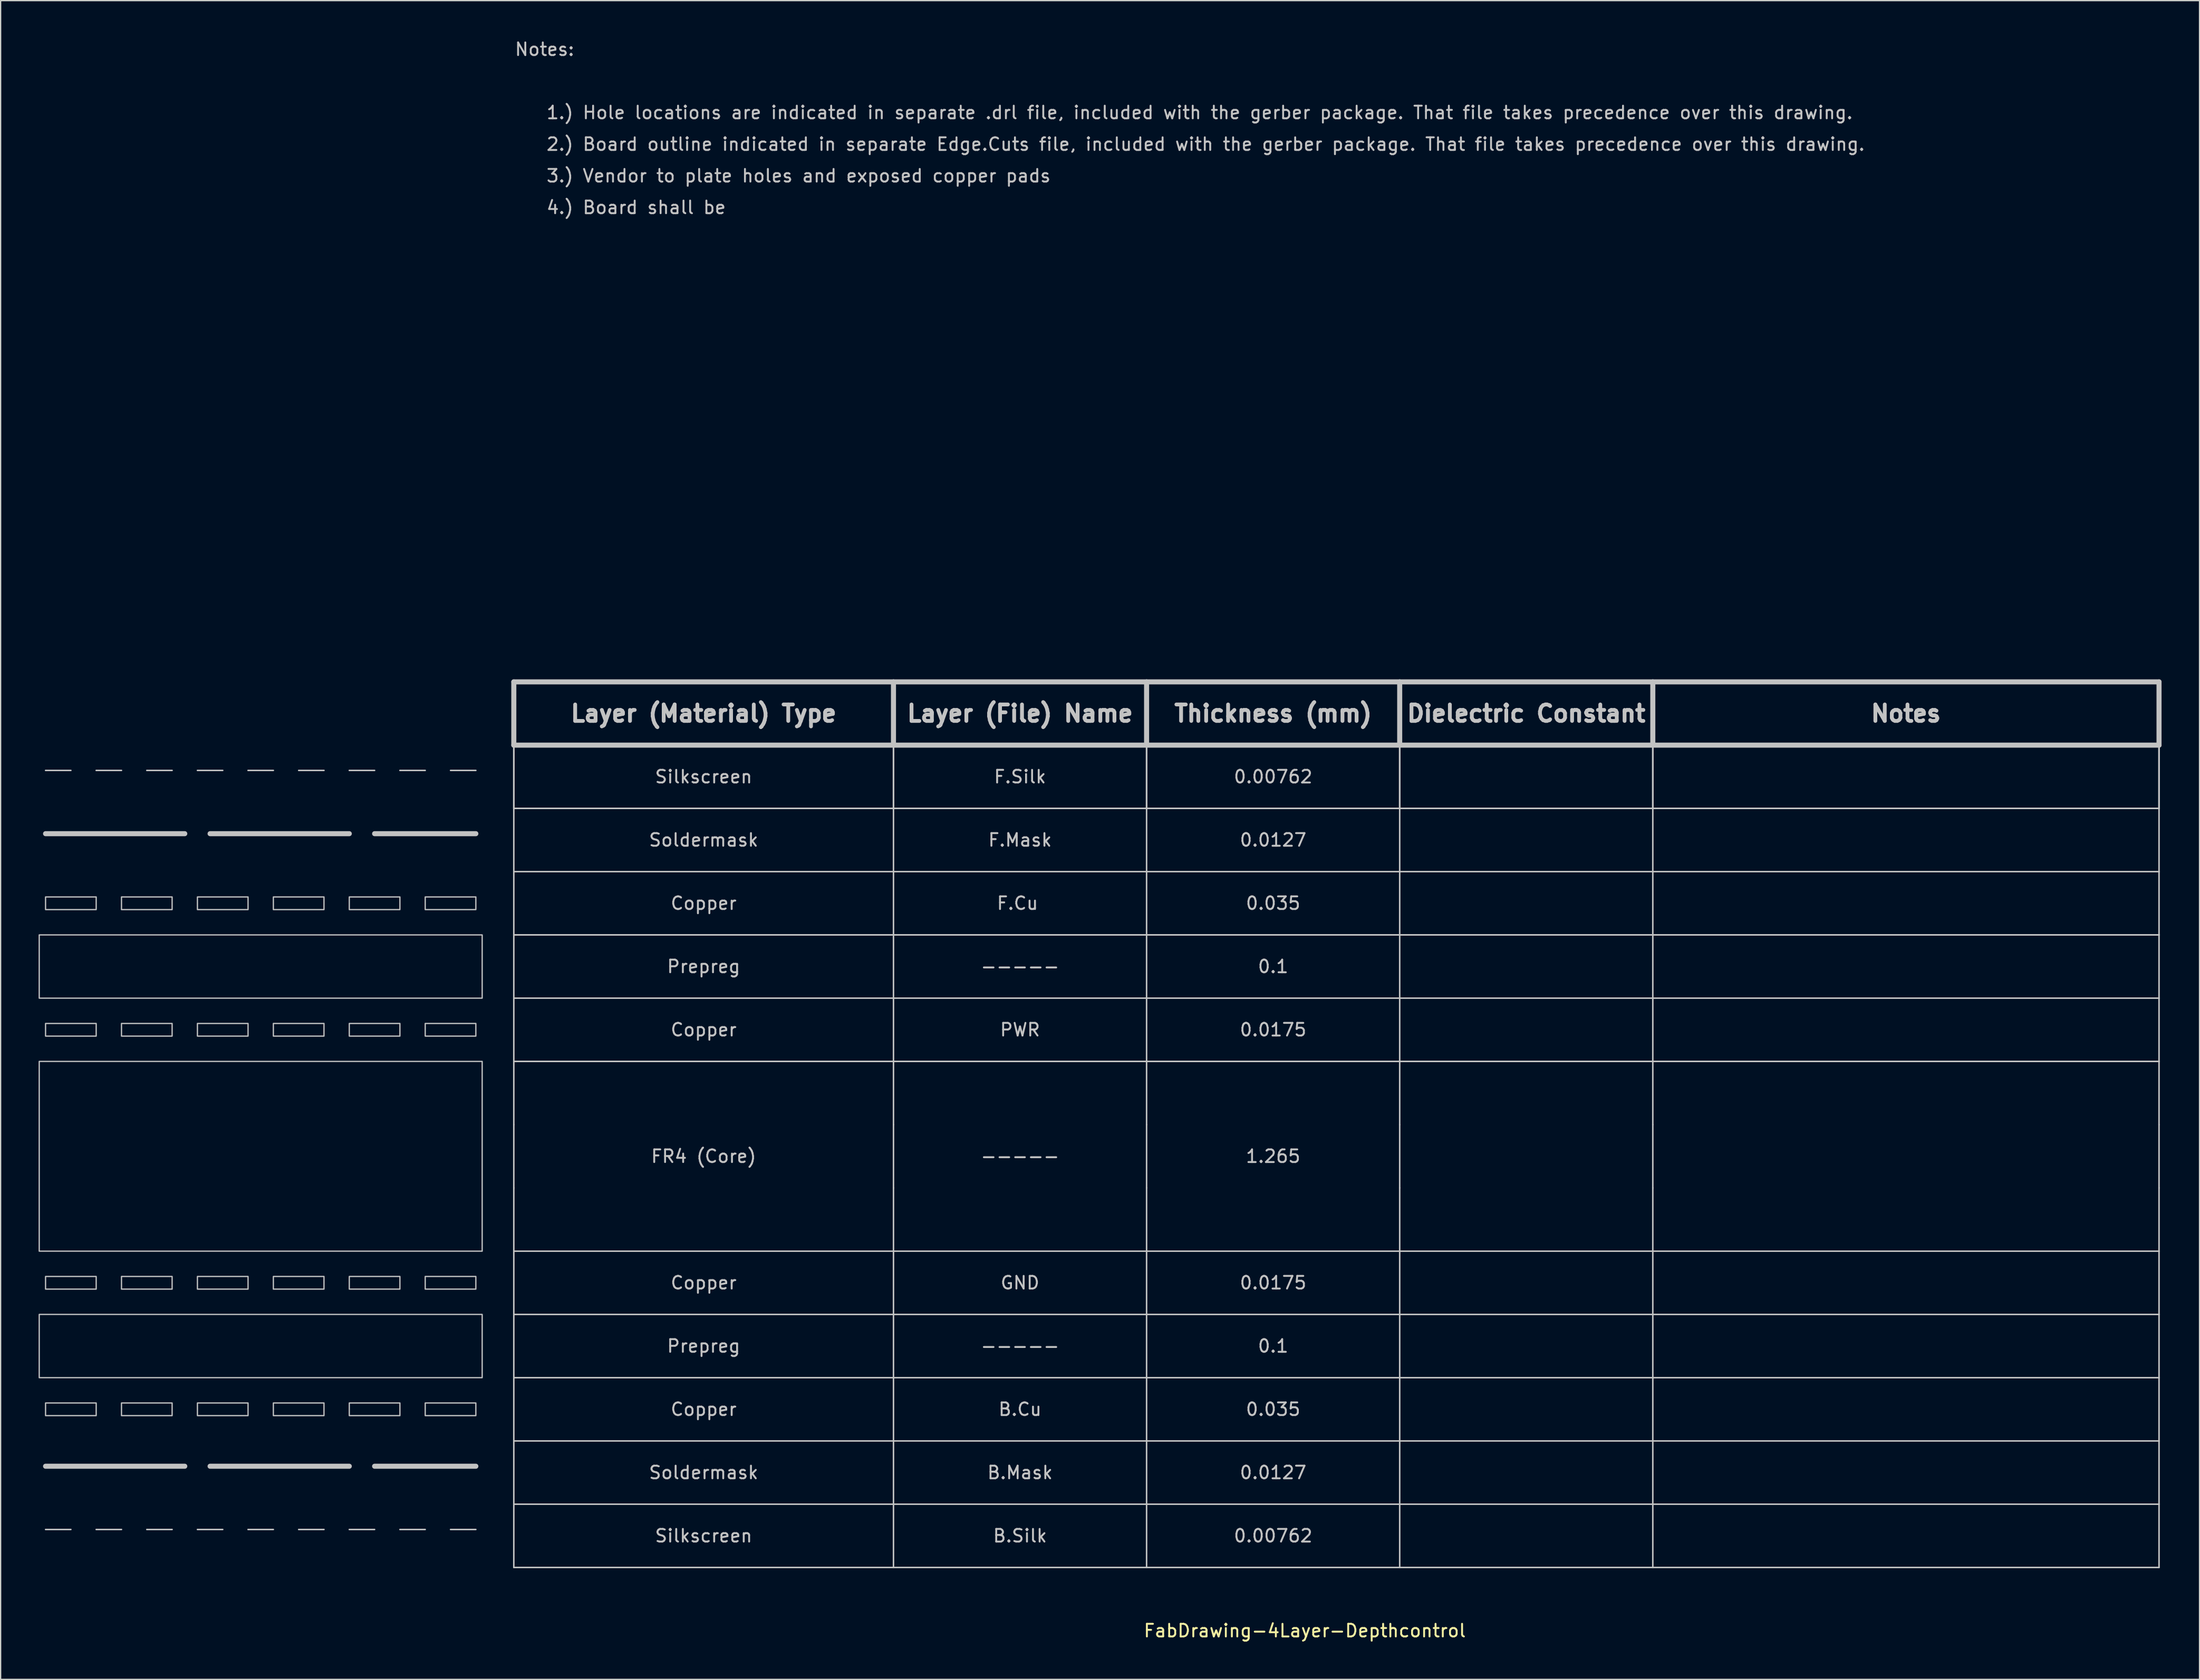
<source format=kicad_pcb>
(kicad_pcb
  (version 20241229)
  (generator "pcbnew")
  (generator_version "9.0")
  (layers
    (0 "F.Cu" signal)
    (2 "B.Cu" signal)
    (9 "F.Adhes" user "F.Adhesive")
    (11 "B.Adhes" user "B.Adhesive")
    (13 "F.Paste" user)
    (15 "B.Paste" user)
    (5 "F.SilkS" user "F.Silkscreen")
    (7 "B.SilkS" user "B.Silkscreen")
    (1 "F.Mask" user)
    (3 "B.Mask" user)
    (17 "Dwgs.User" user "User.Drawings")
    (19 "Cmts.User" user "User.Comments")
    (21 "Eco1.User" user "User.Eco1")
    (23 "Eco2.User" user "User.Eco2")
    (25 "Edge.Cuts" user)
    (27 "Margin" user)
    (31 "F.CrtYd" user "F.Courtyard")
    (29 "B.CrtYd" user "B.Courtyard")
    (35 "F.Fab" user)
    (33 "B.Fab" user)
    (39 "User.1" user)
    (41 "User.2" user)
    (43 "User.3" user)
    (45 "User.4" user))
  (footprint "FabDrawing-4Layer-Depthcontrol"
    (layer "F.Cu")
    (at 37.55 55.848)
    (property "Reference" "FabDrawing-4Layer-Depthcontrol" (at 62.5 70 0) (layer "F.SilkS") (effects (font (size 1 1) (thickness 0.15))))
    (attr through_hole)
    (fp_line (start -37 7) (end -26 7) (stroke (width 0.4) (type solid)) (layer "Dwgs.User"))
    (fp_line (start -37 57) (end -26 57) (stroke (width 0.4) (type solid)) (layer "Dwgs.User"))
    (fp_line (start -35 2) (end -37 2) (stroke (width 0.12) (type solid)) (layer "Dwgs.User"))
    (fp_line (start -35 62) (end -37 62) (stroke (width 0.12) (type solid)) (layer "Dwgs.User"))
    (fp_line (start -31 2) (end -33 2) (stroke (width 0.12) (type solid)) (layer "Dwgs.User"))
    (fp_line (start -31 62) (end -33 62) (stroke (width 0.12) (type solid)) (layer "Dwgs.User"))
    (fp_line (start -27 2) (end -29 2) (stroke (width 0.12) (type solid)) (layer "Dwgs.User"))
    (fp_line (start -27 62) (end -29 62) (stroke (width 0.12) (type solid)) (layer "Dwgs.User"))
    (fp_line (start -24 7) (end -13 7) (stroke (width 0.4) (type solid)) (layer "Dwgs.User"))
    (fp_line (start -24 57) (end -13 57) (stroke (width 0.4) (type solid)) (layer "Dwgs.User"))
    (fp_line (start -23 2) (end -25 2) (stroke (width 0.12) (type solid)) (layer "Dwgs.User"))
    (fp_line (start -23 62) (end -25 62) (stroke (width 0.12) (type solid)) (layer "Dwgs.User"))
    (fp_line (start -19 2) (end -21 2) (stroke (width 0.12) (type solid)) (layer "Dwgs.User"))
    (fp_line (start -19 62) (end -21 62) (stroke (width 0.12) (type solid)) (layer "Dwgs.User"))
    (fp_line (start -15 2) (end -17 2) (stroke (width 0.12) (type solid)) (layer "Dwgs.User"))
    (fp_line (start -15 62) (end -17 62) (stroke (width 0.12) (type solid)) (layer "Dwgs.User"))
    (fp_line (start -11 2) (end -13 2) (stroke (width 0.12) (type solid)) (layer "Dwgs.User"))
    (fp_line (start -11 7) (end -3 7) (stroke (width 0.4) (type solid)) (layer "Dwgs.User"))
    (fp_line (start -11 57) (end -3 57) (stroke (width 0.4) (type solid)) (layer "Dwgs.User"))
    (fp_line (start -11 62) (end -13 62) (stroke (width 0.12) (type solid)) (layer "Dwgs.User"))
    (fp_line (start -7 2) (end -9 2) (stroke (width 0.12) (type solid)) (layer "Dwgs.User"))
    (fp_line (start -7 62) (end -9 62) (stroke (width 0.12) (type solid)) (layer "Dwgs.User"))
    (fp_line (start -3 2) (end -5 2) (stroke (width 0.12) (type solid)) (layer "Dwgs.User"))
    (fp_line (start -3 62) (end -5 62) (stroke (width 0.12) (type solid)) (layer "Dwgs.User"))
    (fp_line (start 0 -5) (end 30 -5) (stroke (width 0.4) (type solid)) (layer "Dwgs.User"))
    (fp_line (start 0 0) (end 0 -5) (stroke (width 0.4) (type solid)) (layer "Dwgs.User"))
    (fp_line (start 0 0) (end 0 5) (stroke (width 0.12) (type solid)) (layer "Dwgs.User"))
    (fp_line (start 0 0) (end 0 5) (stroke (width 0.12) (type solid)) (layer "Dwgs.User"))
    (fp_line (start 0 0) (end 0 5) (stroke (width 0.12) (type solid)) (layer "Dwgs.User"))
    (fp_line (start 0 0) (end 30 0) (stroke (width 0.12) (type solid)) (layer "Dwgs.User"))
    (fp_line (start 0 0) (end 30 0) (stroke (width 0.12) (type solid)) (layer "Dwgs.User"))
    (fp_line (start 0 0) (end 30 0) (stroke (width 0.12) (type solid)) (layer "Dwgs.User"))
    (fp_line (start 0 5) (end 0 10) (stroke (width 0.12) (type solid)) (layer "Dwgs.User"))
    (fp_line (start 0 5) (end 30 5) (stroke (width 0.12) (type solid)) (layer "Dwgs.User"))
    (fp_line (start 0 5) (end 30 5) (stroke (width 0.12) (type solid)) (layer "Dwgs.User"))
    (fp_line (start 0 5) (end 30 5) (stroke (width 0.12) (type solid)) (layer "Dwgs.User"))
    (fp_line (start 0 10) (end 0 15) (stroke (width 0.12) (type solid)) (layer "Dwgs.User"))
    (fp_line (start 0 10) (end 30 10) (stroke (width 0.12) (type solid)) (layer "Dwgs.User"))
    (fp_line (start 0 15) (end 0 20) (stroke (width 0.12) (type solid)) (layer "Dwgs.User"))
    (fp_line (start 0 15) (end 30 15) (stroke (width 0.12) (type solid)) (layer "Dwgs.User"))
    (fp_line (start 0 15) (end 30 15) (stroke (width 0.12) (type solid)) (layer "Dwgs.User"))
    (fp_line (start 0 15) (end 30 15) (stroke (width 0.12) (type solid)) (layer "Dwgs.User"))
    (fp_line (start 0 20) (end 0 25) (stroke (width 0.12) (type solid)) (layer "Dwgs.User"))
    (fp_line (start 0 20) (end 30 20) (stroke (width 0.12) (type solid)) (layer "Dwgs.User"))
    (fp_line (start 0 25) (end 0 30) (stroke (width 0.12) (type solid)) (layer "Dwgs.User"))
    (fp_line (start 0 25) (end 30 25) (stroke (width 0.12) (type solid)) (layer "Dwgs.User"))
    (fp_line (start 0 25) (end 30 25) (stroke (width 0.12) (type solid)) (layer "Dwgs.User"))
    (fp_line (start 0 30) (end 0 35) (stroke (width 0.12) (type solid)) (layer "Dwgs.User"))
    (fp_line (start 0 35) (end 0 40) (stroke (width 0.12) (type solid)) (layer "Dwgs.User"))
    (fp_line (start 0 40) (end 0 45) (stroke (width 0.12) (type solid)) (layer "Dwgs.User"))
    (fp_line (start 0 40) (end 30 40) (stroke (width 0.12) (type solid)) (layer "Dwgs.User"))
    (fp_line (start 0 45) (end 0 50) (stroke (width 0.12) (type solid)) (layer "Dwgs.User"))
    (fp_line (start 0 45) (end 30 45) (stroke (width 0.12) (type solid)) (layer "Dwgs.User"))
    (fp_line (start 0 50) (end 0 55) (stroke (width 0.12) (type solid)) (layer "Dwgs.User"))
    (fp_line (start 0 50) (end 30 50) (stroke (width 0.12) (type solid)) (layer "Dwgs.User"))
    (fp_line (start 0 55) (end 0 60) (stroke (width 0.12) (type solid)) (layer "Dwgs.User"))
    (fp_line (start 0 55) (end 30 55) (stroke (width 0.12) (type solid)) (layer "Dwgs.User"))
    (fp_line (start 0 60) (end 0 65) (stroke (width 0.12) (type solid)) (layer "Dwgs.User"))
    (fp_line (start 0 60) (end 30 60) (stroke (width 0.12) (type solid)) (layer "Dwgs.User"))
    (fp_line (start 0 65) (end 30 65) (stroke (width 0.12) (type solid)) (layer "Dwgs.User"))
    (fp_line (start 30 -5) (end 30 0) (stroke (width 0.4) (type solid)) (layer "Dwgs.User"))
    (fp_line (start 30 0) (end 0 0) (stroke (width 0.4) (type solid)) (layer "Dwgs.User"))
    (fp_line (start 30 0) (end 30 5) (stroke (width 0.12) (type solid)) (layer "Dwgs.User"))
    (fp_line (start 30 0) (end 30 5) (stroke (width 0.12) (type solid)) (layer "Dwgs.User"))
    (fp_line (start 30 0) (end 30 5) (stroke (width 0.12) (type solid)) (layer "Dwgs.User"))
    (fp_line (start 30 0) (end 50 0) (stroke (width 0.12) (type solid)) (layer "Dwgs.User"))
    (fp_line (start 30 0) (end 50 0) (stroke (width 0.12) (type solid)) (layer "Dwgs.User"))
    (fp_line (start 30 0) (end 50 0) (stroke (width 0.12) (type solid)) (layer "Dwgs.User"))
    (fp_line (start 30 0) (end 50 0) (stroke (width 0.4) (type solid)) (layer "Dwgs.User"))
    (fp_line (start 30 5) (end 30 10) (stroke (width 0.12) (type solid)) (layer "Dwgs.User"))
    (fp_line (start 30 10) (end 30 15) (stroke (width 0.12) (type solid)) (layer "Dwgs.User"))
    (fp_line (start 30 10) (end 50 10) (stroke (width 0.12) (type solid)) (layer "Dwgs.User"))
    (fp_line (start 30 15) (end 30 20) (stroke (width 0.12) (type solid)) (layer "Dwgs.User"))
    (fp_line (start 30 20) (end 30 25) (stroke (width 0.12) (type solid)) (layer "Dwgs.User"))
    (fp_line (start 30 20) (end 50 20) (stroke (width 0.12) (type solid)) (layer "Dwgs.User"))
    (fp_line (start 30 25) (end 50 25) (stroke (width 0.12) (type solid)) (layer "Dwgs.User"))
    (fp_line (start 30 30) (end 30 25) (stroke (width 0.12) (type solid)) (layer "Dwgs.User"))
    (fp_line (start 30 35) (end 30 30) (stroke (width 0.12) (type solid)) (layer "Dwgs.User"))
    (fp_line (start 30 40) (end 30 35) (stroke (width 0.12) (type solid)) (layer "Dwgs.User"))
    (fp_line (start 30 40) (end 30 45) (stroke (width 0.12) (type solid)) (layer "Dwgs.User"))
    (fp_line (start 30 40) (end 50 40) (stroke (width 0.12) (type solid)) (layer "Dwgs.User"))
    (fp_line (start 30 45) (end 50 45) (stroke (width 0.12) (type solid)) (layer "Dwgs.User"))
    (fp_line (start 30 50) (end 30 45) (stroke (width 0.12) (type solid)) (layer "Dwgs.User"))
    (fp_line (start 30 50) (end 50 50) (stroke (width 0.12) (type solid)) (layer "Dwgs.User"))
    (fp_line (start 30 55) (end 30 50) (stroke (width 0.12) (type solid)) (layer "Dwgs.User"))
    (fp_line (start 30 60) (end 30 55) (stroke (width 0.12) (type solid)) (layer "Dwgs.User"))
    (fp_line (start 30 60) (end 50 60) (stroke (width 0.12) (type solid)) (layer "Dwgs.User"))
    (fp_line (start 30 65) (end 30 60) (stroke (width 0.12) (type solid)) (layer "Dwgs.User"))
    (fp_line (start 30 65) (end 50 65) (stroke (width 0.12) (type solid)) (layer "Dwgs.User"))
    (fp_line (start 50 -5) (end 30 -5) (stroke (width 0.4) (type solid)) (layer "Dwgs.User"))
    (fp_line (start 50 -5) (end 70 -5) (stroke (width 0.4) (type solid)) (layer "Dwgs.User"))
    (fp_line (start 50 0) (end 50 -5) (stroke (width 0.4) (type solid)) (layer "Dwgs.User"))
    (fp_line (start 50 0) (end 50 5) (stroke (width 0.12) (type solid)) (layer "Dwgs.User"))
    (fp_line (start 50 0) (end 50 5) (stroke (width 0.12) (type solid)) (layer "Dwgs.User"))
    (fp_line (start 50 0) (end 50 5) (stroke (width 0.12) (type solid)) (layer "Dwgs.User"))
    (fp_line (start 50 5) (end 30 5) (stroke (width 0.12) (type solid)) (layer "Dwgs.User"))
    (fp_line (start 50 5) (end 30 5) (stroke (width 0.12) (type solid)) (layer "Dwgs.User"))
    (fp_line (start 50 5) (end 30 5) (stroke (width 0.12) (type solid)) (layer "Dwgs.User"))
    (fp_line (start 50 5) (end 50 10) (stroke (width 0.12) (type solid)) (layer "Dwgs.User"))
    (fp_line (start 50 5) (end 70 5) (stroke (width 0.12) (type solid)) (layer "Dwgs.User"))
    (fp_line (start 50 5) (end 70 5) (stroke (width 0.12) (type solid)) (layer "Dwgs.User"))
    (fp_line (start 50 5) (end 70 5) (stroke (width 0.12) (type solid)) (layer "Dwgs.User"))
    (fp_line (start 50 10) (end 50 15) (stroke (width 0.12) (type solid)) (layer "Dwgs.User"))
    (fp_line (start 50 15) (end 30 15) (stroke (width 0.12) (type solid)) (layer "Dwgs.User"))
    (fp_line (start 50 15) (end 30 15) (stroke (width 0.12) (type solid)) (layer "Dwgs.User"))
    (fp_line (start 50 15) (end 30 15) (stroke (width 0.12) (type solid)) (layer "Dwgs.User"))
    (fp_line (start 50 15) (end 50 20) (stroke (width 0.12) (type solid)) (layer "Dwgs.User"))
    (fp_line (start 50 15) (end 70 15) (stroke (width 0.12) (type solid)) (layer "Dwgs.User"))
    (fp_line (start 50 15) (end 70 15) (stroke (width 0.12) (type solid)) (layer "Dwgs.User"))
    (fp_line (start 50 15) (end 70 15) (stroke (width 0.12) (type solid)) (layer "Dwgs.User"))
    (fp_line (start 50 20) (end 70 20) (stroke (width 0.12) (type solid)) (layer "Dwgs.User"))
    (fp_line (start 50 25) (end 30 25) (stroke (width 0.12) (type solid)) (layer "Dwgs.User"))
    (fp_line (start 50 25) (end 50 20) (stroke (width 0.12) (type solid)) (layer "Dwgs.User"))
    (fp_line (start 50 25) (end 70 25) (stroke (width 0.12) (type solid)) (layer "Dwgs.User"))
    (fp_line (start 50 25) (end 70 25) (stroke (width 0.12) (type solid)) (layer "Dwgs.User"))
    (fp_line (start 50 30) (end 50 25) (stroke (width 0.12) (type solid)) (layer "Dwgs.User"))
    (fp_line (start 50 35) (end 50 30) (stroke (width 0.12) (type solid)) (layer "Dwgs.User"))
    (fp_line (start 50 35) (end 50 40) (stroke (width 0.12) (type solid)) (layer "Dwgs.User"))
    (fp_line (start 50 40) (end 70 40) (stroke (width 0.12) (type solid)) (layer "Dwgs.User"))
    (fp_line (start 50 45) (end 50 40) (stroke (width 0.12) (type solid)) (layer "Dwgs.User"))
    (fp_line (start 50 45) (end 50 50) (stroke (width 0.12) (type solid)) (layer "Dwgs.User"))
    (fp_line (start 50 45) (end 70 45) (stroke (width 0.12) (type solid)) (layer "Dwgs.User"))
    (fp_line (start 50 50) (end 50 55) (stroke (width 0.12) (type solid)) (layer "Dwgs.User"))
    (fp_line (start 50 50) (end 70 50) (stroke (width 0.12) (type solid)) (layer "Dwgs.User"))
    (fp_line (start 50 55) (end 30 55) (stroke (width 0.12) (type solid)) (layer "Dwgs.User"))
    (fp_line (start 50 60) (end 50 55) (stroke (width 0.12) (type solid)) (layer "Dwgs.User"))
    (fp_line (start 50 60) (end 70 60) (stroke (width 0.12) (type solid)) (layer "Dwgs.User"))
    (fp_line (start 50 65) (end 50 60) (stroke (width 0.12) (type solid)) (layer "Dwgs.User"))
    (fp_line (start 50 65) (end 70 65) (stroke (width 0.12) (type solid)) (layer "Dwgs.User"))
    (fp_line (start 70 -5) (end 70 0) (stroke (width 0.4) (type solid)) (layer "Dwgs.User"))
    (fp_line (start 70 0) (end 50 0) (stroke (width 0.12) (type solid)) (layer "Dwgs.User"))
    (fp_line (start 70 0) (end 50 0) (stroke (width 0.12) (type solid)) (layer "Dwgs.User"))
    (fp_line (start 70 0) (end 50 0) (stroke (width 0.12) (type solid)) (layer "Dwgs.User"))
    (fp_line (start 70 0) (end 50 0) (stroke (width 0.4) (type solid)) (layer "Dwgs.User"))
    (fp_line (start 70 0) (end 70 5) (stroke (width 0.12) (type solid)) (layer "Dwgs.User"))
    (fp_line (start 70 0) (end 70 5) (stroke (width 0.12) (type solid)) (layer "Dwgs.User"))
    (fp_line (start 70 0) (end 70 5) (stroke (width 0.12) (type solid)) (layer "Dwgs.User"))
    (fp_line (start 70 0) (end 90 0) (stroke (width 0.12) (type solid)) (layer "Dwgs.User"))
    (fp_line (start 70 0) (end 90 0) (stroke (width 0.12) (type solid)) (layer "Dwgs.User"))
    (fp_line (start 70 0) (end 90 0) (stroke (width 0.12) (type solid)) (layer "Dwgs.User"))
    (fp_line (start 70 0) (end 90 0) (stroke (width 0.4) (type solid)) (layer "Dwgs.User"))
    (fp_line (start 70 5) (end 70 10) (stroke (width 0.12) (type solid)) (layer "Dwgs.User"))
    (fp_line (start 70 5) (end 90 5) (stroke (width 0.12) (type solid)) (layer "Dwgs.User"))
    (fp_line (start 70 5) (end 90 5) (stroke (width 0.12) (type solid)) (layer "Dwgs.User"))
    (fp_line (start 70 5) (end 90 5) (stroke (width 0.12) (type solid)) (layer "Dwgs.User"))
    (fp_line (start 70 10) (end 50 10) (stroke (width 0.12) (type solid)) (layer "Dwgs.User"))
    (fp_line (start 70 10) (end 70 15) (stroke (width 0.12) (type solid)) (layer "Dwgs.User"))
    (fp_line (start 70 10) (end 90 10) (stroke (width 0.12) (type solid)) (layer "Dwgs.User"))
    (fp_line (start 70 15) (end 70 20) (stroke (width 0.12) (type solid)) (layer "Dwgs.User"))
    (fp_line (start 70 15) (end 90 15) (stroke (width 0.12) (type solid)) (layer "Dwgs.User"))
    (fp_line (start 70 15) (end 90 15) (stroke (width 0.12) (type solid)) (layer "Dwgs.User"))
    (fp_line (start 70 15) (end 90 15) (stroke (width 0.12) (type solid)) (layer "Dwgs.User"))
    (fp_line (start 70 20) (end 90 20) (stroke (width 0.12) (type solid)) (layer "Dwgs.User"))
    (fp_line (start 70 25) (end 70 20) (stroke (width 0.12) (type solid)) (layer "Dwgs.User"))
    (fp_line (start 70 25) (end 90 25) (stroke (width 0.12) (type solid)) (layer "Dwgs.User"))
    (fp_line (start 70 25) (end 90 25) (stroke (width 0.12) (type solid)) (layer "Dwgs.User"))
    (fp_line (start 70 30) (end 70 25) (stroke (width 0.12) (type solid)) (layer "Dwgs.User"))
    (fp_line (start 70 35) (end 70 30) (stroke (width 0.12) (type solid)) (layer "Dwgs.User"))
    (fp_line (start 70 40) (end 70 35) (stroke (width 0.12) (type solid)) (layer "Dwgs.User"))
    (fp_line (start 70 40) (end 90 40) (stroke (width 0.12) (type solid)) (layer "Dwgs.User"))
    (fp_line (start 70 45) (end 70 40) (stroke (width 0.12) (type solid)) (layer "Dwgs.User"))
    (fp_line (start 70 45) (end 90 45) (stroke (width 0.12) (type solid)) (layer "Dwgs.User"))
    (fp_line (start 70 50) (end 70 45) (stroke (width 0.12) (type solid)) (layer "Dwgs.User"))
    (fp_line (start 70 50) (end 70 55) (stroke (width 0.12) (type solid)) (layer "Dwgs.User"))
    (fp_line (start 70 50) (end 90 50) (stroke (width 0.12) (type solid)) (layer "Dwgs.User"))
    (fp_line (start 70 55) (end 50 55) (stroke (width 0.12) (type solid)) (layer "Dwgs.User"))
    (fp_line (start 70 60) (end 70 55) (stroke (width 0.12) (type solid)) (layer "Dwgs.User"))
    (fp_line (start 70 60) (end 90 60) (stroke (width 0.12) (type solid)) (layer "Dwgs.User"))
    (fp_line (start 70 65) (end 70 60) (stroke (width 0.12) (type solid)) (layer "Dwgs.User"))
    (fp_line (start 70 65) (end 90 65) (stroke (width 0.12) (type solid)) (layer "Dwgs.User"))
    (fp_line (start 90 -5) (end 70 -5) (stroke (width 0.4) (type solid)) (layer "Dwgs.User"))
    (fp_line (start 90 0) (end 90 -5) (stroke (width 0.4) (type solid)) (layer "Dwgs.User"))
    (fp_line (start 90 0) (end 90 5) (stroke (width 0.12) (type solid)) (layer "Dwgs.User"))
    (fp_line (start 90 0) (end 90 5) (stroke (width 0.12) (type solid)) (layer "Dwgs.User"))
    (fp_line (start 90 0) (end 90 5) (stroke (width 0.12) (type solid)) (layer "Dwgs.User"))
    (fp_line (start 90 0) (end 130 0) (stroke (width 0.12) (type solid)) (layer "Dwgs.User"))
    (fp_line (start 90 0) (end 130 0) (stroke (width 0.12) (type solid)) (layer "Dwgs.User"))
    (fp_line (start 90 0) (end 130 0) (stroke (width 0.12) (type solid)) (layer "Dwgs.User"))
    (fp_line (start 90 0) (end 130 0) (stroke (width 0.4) (type solid)) (layer "Dwgs.User"))
    (fp_line (start 90 5) (end 90 10) (stroke (width 0.12) (type solid)) (layer "Dwgs.User"))
    (fp_line (start 90 5) (end 130 5) (stroke (width 0.12) (type solid)) (layer "Dwgs.User"))
    (fp_line (start 90 5) (end 130 5) (stroke (width 0.12) (type solid)) (layer "Dwgs.User"))
    (fp_line (start 90 5) (end 130 5) (stroke (width 0.12) (type solid)) (layer "Dwgs.User"))
    (fp_line (start 90 10) (end 90 15) (stroke (width 0.12) (type solid)) (layer "Dwgs.User"))
    (fp_line (start 90 10) (end 130 10) (stroke (width 0.12) (type solid)) (layer "Dwgs.User"))
    (fp_line (start 90 15) (end 90 20) (stroke (width 0.12) (type solid)) (layer "Dwgs.User"))
    (fp_line (start 90 15) (end 130 15) (stroke (width 0.12) (type solid)) (layer "Dwgs.User"))
    (fp_line (start 90 15) (end 130 15) (stroke (width 0.12) (type solid)) (layer "Dwgs.User"))
    (fp_line (start 90 15) (end 130 15) (stroke (width 0.12) (type solid)) (layer "Dwgs.User"))
    (fp_line (start 90 20) (end 130 20) (stroke (width 0.12) (type solid)) (layer "Dwgs.User"))
    (fp_line (start 90 25) (end 90 20) (stroke (width 0.12) (type solid)) (layer "Dwgs.User"))
    (fp_line (start 90 25) (end 130 25) (stroke (width 0.12) (type solid)) (layer "Dwgs.User"))
    (fp_line (start 90 25) (end 130 25) (stroke (width 0.12) (type solid)) (layer "Dwgs.User"))
    (fp_line (start 90 30) (end 90 25) (stroke (width 0.12) (type solid)) (layer "Dwgs.User"))
    (fp_line (start 90 35) (end 90 30) (stroke (width 0.12) (type solid)) (layer "Dwgs.User"))
    (fp_line (start 90 40) (end 90 35) (stroke (width 0.12) (type solid)) (layer "Dwgs.User"))
    (fp_line (start 90 40) (end 90 45) (stroke (width 0.12) (type solid)) (layer "Dwgs.User"))
    (fp_line (start 90 40) (end 130 40) (stroke (width 0.12) (type solid)) (layer "Dwgs.User"))
    (fp_line (start 90 45) (end 130 45) (stroke (width 0.12) (type solid)) (layer "Dwgs.User"))
    (fp_line (start 90 50) (end 90 45) (stroke (width 0.12) (type solid)) (layer "Dwgs.User"))
    (fp_line (start 90 50) (end 90 55) (stroke (width 0.12) (type solid)) (layer "Dwgs.User"))
    (fp_line (start 90 50) (end 130 50) (stroke (width 0.12) (type solid)) (layer "Dwgs.User"))
    (fp_line (start 90 55) (end 70 55) (stroke (width 0.12) (type solid)) (layer "Dwgs.User"))
    (fp_line (start 90 55) (end 130 55) (stroke (width 0.12) (type solid)) (layer "Dwgs.User"))
    (fp_line (start 90 60) (end 90 55) (stroke (width 0.12) (type solid)) (layer "Dwgs.User"))
    (fp_line (start 90 60) (end 130 60) (stroke (width 0.12) (type solid)) (layer "Dwgs.User"))
    (fp_line (start 90 65) (end 90 60) (stroke (width 0.12) (type solid)) (layer "Dwgs.User"))
    (fp_line (start 90 65) (end 130 65) (stroke (width 0.12) (type solid)) (layer "Dwgs.User"))
    (fp_line (start 130 -5) (end 90 -5) (stroke (width 0.4) (type solid)) (layer "Dwgs.User"))
    (fp_line (start 130 0) (end 130 -5) (stroke (width 0.4) (type solid)) (layer "Dwgs.User"))
    (fp_line (start 130 0) (end 130 5) (stroke (width 0.12) (type solid)) (layer "Dwgs.User"))
    (fp_line (start 130 0) (end 130 5) (stroke (width 0.12) (type solid)) (layer "Dwgs.User"))
    (fp_line (start 130 0) (end 130 5) (stroke (width 0.12) (type solid)) (layer "Dwgs.User"))
    (fp_line (start 130 5) (end 130 10) (stroke (width 0.12) (type solid)) (layer "Dwgs.User"))
    (fp_line (start 130 10) (end 130 15) (stroke (width 0.12) (type solid)) (layer "Dwgs.User"))
    (fp_line (start 130 15) (end 130 20) (stroke (width 0.12) (type solid)) (layer "Dwgs.User"))
    (fp_line (start 130 25) (end 130 20) (stroke (width 0.12) (type solid)) (layer "Dwgs.User"))
    (fp_line (start 130 25) (end 130 30) (stroke (width 0.12) (type solid)) (layer "Dwgs.User"))
    (fp_line (start 130 30) (end 130 35) (stroke (width 0.12) (type solid)) (layer "Dwgs.User"))
    (fp_line (start 130 40) (end 130 35) (stroke (width 0.12) (type solid)) (layer "Dwgs.User"))
    (fp_line (start 130 45) (end 130 40) (stroke (width 0.12) (type solid)) (layer "Dwgs.User"))
    (fp_line (start 130 50) (end 130 45) (stroke (width 0.12) (type solid)) (layer "Dwgs.User"))
    (fp_line (start 130 50) (end 130 55) (stroke (width 0.12) (type solid)) (layer "Dwgs.User"))
    (fp_line (start 130 60) (end 130 55) (stroke (width 0.12) (type solid)) (layer "Dwgs.User"))
    (fp_line (start 130 65) (end 130 60) (stroke (width 0.12) (type solid)) (layer "Dwgs.User"))
    (fp_poly (pts (xy -33 13) (xy -37 13) (xy -37 12) (xy -33 12)) (stroke (width 0.1) (type solid)) (fill no) (layer "Dwgs.User"))
    (fp_poly (pts (xy -33 23) (xy -37 23) (xy -37 22) (xy -33 22)) (stroke (width 0.1) (type solid)) (fill no) (layer "Dwgs.User"))
    (fp_poly (pts (xy -33 43) (xy -37 43) (xy -37 42) (xy -33 42)) (stroke (width 0.1) (type solid)) (fill no) (layer "Dwgs.User"))
    (fp_poly (pts (xy -33 53) (xy -37 53) (xy -37 52) (xy -33 52)) (stroke (width 0.1) (type solid)) (fill no) (layer "Dwgs.User"))
    (fp_poly (pts (xy -27 13) (xy -31 13) (xy -31 12) (xy -27 12)) (stroke (width 0.1) (type solid)) (fill no) (layer "Dwgs.User"))
    (fp_poly (pts (xy -27 23) (xy -31 23) (xy -31 22) (xy -27 22)) (stroke (width 0.1) (type solid)) (fill no) (layer "Dwgs.User"))
    (fp_poly (pts (xy -27 43) (xy -31 43) (xy -31 42) (xy -27 42)) (stroke (width 0.1) (type solid)) (fill no) (layer "Dwgs.User"))
    (fp_poly (pts (xy -27 53) (xy -31 53) (xy -31 52) (xy -27 52)) (stroke (width 0.1) (type solid)) (fill no) (layer "Dwgs.User"))
    (fp_poly (pts (xy -21 13) (xy -25 13) (xy -25 12) (xy -21 12)) (stroke (width 0.1) (type solid)) (fill no) (layer "Dwgs.User"))
    (fp_poly (pts (xy -21 23) (xy -25 23) (xy -25 22) (xy -21 22)) (stroke (width 0.1) (type solid)) (fill no) (layer "Dwgs.User"))
    (fp_poly (pts (xy -21 43) (xy -25 43) (xy -25 42) (xy -21 42)) (stroke (width 0.1) (type solid)) (fill no) (layer "Dwgs.User"))
    (fp_poly (pts (xy -21 53) (xy -25 53) (xy -25 52) (xy -21 52)) (stroke (width 0.1) (type solid)) (fill no) (layer "Dwgs.User"))
    (fp_poly (pts (xy -15 13) (xy -19 13) (xy -19 12) (xy -15 12)) (stroke (width 0.1) (type solid)) (fill no) (layer "Dwgs.User"))
    (fp_poly (pts (xy -15 23) (xy -19 23) (xy -19 22) (xy -15 22)) (stroke (width 0.1) (type solid)) (fill no) (layer "Dwgs.User"))
    (fp_poly (pts (xy -15 43) (xy -19 43) (xy -19 42) (xy -15 42)) (stroke (width 0.1) (type solid)) (fill no) (layer "Dwgs.User"))
    (fp_poly (pts (xy -15 53) (xy -19 53) (xy -19 52) (xy -15 52)) (stroke (width 0.1) (type solid)) (fill no) (layer "Dwgs.User"))
    (fp_poly (pts (xy -9 13) (xy -13 13) (xy -13 12) (xy -9 12)) (stroke (width 0.1) (type solid)) (fill no) (layer "Dwgs.User"))
    (fp_poly (pts (xy -9 23) (xy -13 23) (xy -13 22) (xy -9 22)) (stroke (width 0.1) (type solid)) (fill no) (layer "Dwgs.User"))
    (fp_poly (pts (xy -9 43) (xy -13 43) (xy -13 42) (xy -9 42)) (stroke (width 0.1) (type solid)) (fill no) (layer "Dwgs.User"))
    (fp_poly (pts (xy -9 53) (xy -13 53) (xy -13 52) (xy -9 52)) (stroke (width 0.1) (type solid)) (fill no) (layer "Dwgs.User"))
    (fp_poly (pts (xy -3 13) (xy -7 13) (xy -7 12) (xy -3 12)) (stroke (width 0.1) (type solid)) (fill no) (layer "Dwgs.User"))
    (fp_poly (pts (xy -3 23) (xy -7 23) (xy -7 22) (xy -3 22)) (stroke (width 0.1) (type solid)) (fill no) (layer "Dwgs.User"))
    (fp_poly (pts (xy -3 43) (xy -7 43) (xy -7 42) (xy -3 42)) (stroke (width 0.1) (type solid)) (fill no) (layer "Dwgs.User"))
    (fp_poly (pts (xy -3 53) (xy -7 53) (xy -7 52) (xy -3 52)) (stroke (width 0.1) (type solid)) (fill no) (layer "Dwgs.User"))
    (fp_poly (pts (xy -2.5 20) (xy -37.5 20) (xy -37.5 15) (xy -2.5 15)) (stroke (width 0.1) (type solid)) (fill no) (layer "Dwgs.User"))
    (fp_poly (pts (xy -2.5 40) (xy -37.5 40) (xy -37.5 25) (xy -2.5 25)) (stroke (width 0.1) (type solid)) (fill no) (layer "Dwgs.User"))
    (fp_poly (pts (xy -2.5 50) (xy -37.5 50) (xy -37.5 45) (xy -2.5 45)) (stroke (width 0.1) (type solid)) (fill no) (layer "Dwgs.User"))
    (fp_text user "0.00762" (at 60 2.5 0) (layer "Dwgs.User") (effects (font (size 1 1) (thickness 0.15))))
    (fp_text user "2.) Board outline indicated in separate Edge.Cuts file, included with the gerber package. That file takes precedence over this drawing." (at 2.5 -47.5 0) (layer "Dwgs.User") (effects (font (size 1 1) (thickness 0.15)) (justify left)))
    (fp_text user "0.0175" (at 60 22.5 0) (layer "Dwgs.User") (effects (font (size 1 1) (thickness 0.15))))
    (fp_text user "Dielectric Constant" (at 80 -2.5 0) (layer "Dwgs.User") (effects (font (size 1.3 1.3) (thickness 0.3))))
    (fp_text user "B.Mask" (at 40 57.5 0) (layer "Dwgs.User") (effects (font (size 1 1) (thickness 0.15))))
    (fp_text user "1.) Hole locations are indicated in separate .drl file, included with the gerber package. That file takes precedence over this drawing." (at 2.5 -50 0) (layer "Dwgs.User") (effects (font (size 1 1) (thickness 0.15)) (justify left)))
    (fp_text user "Copper" (at 15 12.5 0) (layer "Dwgs.User") (effects (font (size 1 1) (thickness 0.15))))
    (fp_text user "F.Silk" (at 40 2.5 0) (layer "Dwgs.User") (effects (font (size 1 1) (thickness 0.15))))
    (fp_text user "Prepreg" (at 15 17.5 0) (layer "Dwgs.User") (effects (font (size 1 1) (thickness 0.15))))
    (fp_text user "Layer (File) Name" (at 40 -2.5 0) (layer "Dwgs.User") (effects (font (size 1.3 1.3) (thickness 0.3))))
    (fp_text user "Silkscreen" (at 15 2.5 0) (layer "Dwgs.User") (effects (font (size 1 1) (thickness 0.15))))
    (fp_text user "Copper" (at 15 52.5 0) (layer "Dwgs.User") (effects (font (size 1 1) (thickness 0.15))))
    (fp_text user "GND" (at 40 42.5 0) (layer "Dwgs.User") (effects (font (size 1 1) (thickness 0.15))))
    (fp_text user "Notes" (at 110 -2.5 0) (layer "Dwgs.User") (effects (font (size 1.3 1.3) (thickness 0.3))))
    (fp_text user "Notes:" (at 0 -55 0) (layer "Dwgs.User") (effects (font (size 1 1) (thickness 0.15)) (justify left)))
    (fp_text user "Prepreg" (at 15 47.5 0) (layer "Dwgs.User") (effects (font (size 1 1) (thickness 0.15))))
    (fp_text user "B.Silk" (at 40 62.5 0) (layer "Dwgs.User") (effects (font (size 1 1) (thickness 0.15))))
    (fp_text user "0.0175" (at 60 42.5 0) (layer "Dwgs.User") (effects (font (size 1 1) (thickness 0.15))))
    (fp_text user "0.035" (at 60 52.5 0) (layer "Dwgs.User") (effects (font (size 1 1) (thickness 0.15))))
    (fp_text user "Soldermask" (at 15 57.5 0) (layer "Dwgs.User") (effects (font (size 1 1) (thickness 0.15))))
    (fp_text user "Copper" (at 15 22.5 0) (layer "Dwgs.User") (effects (font (size 1 1) (thickness 0.15))))
    (fp_text user "0.0127" (at 60 57.5 0) (layer "Dwgs.User") (effects (font (size 1 1) (thickness 0.15))))
    (fp_text user "3.) Vendor to plate holes and exposed copper pads" (at 2.5 -45 0) (layer "Dwgs.User") (effects (font (size 1 1) (thickness 0.15)) (justify left)))
    (fp_text user "4.) Board shall be " (at 2.5 -42.5 0) (layer "Dwgs.User") (effects (font (size 1 1) (thickness 0.15)) (justify left)))
    (fp_text user "0.1" (at 60 17.5 0) (layer "Dwgs.User") (effects (font (size 1 1) (thickness 0.15))))
    (fp_text user "0.035" (at 60 12.5 0) (layer "Dwgs.User") (effects (font (size 1 1) (thickness 0.15))))
    (fp_text user "Silkscreen" (at 15 62.5 0) (layer "Dwgs.User") (effects (font (size 1 1) (thickness 0.15))))
    (fp_text user "F.Cu" (at 39.8 12.5 0) (layer "Dwgs.User") (effects (font (size 1 1) (thickness 0.15))))
    (fp_text user "Layer (Material) Type" (at 15 -2.5 0) (layer "Dwgs.User") (effects (font (size 1.3 1.3) (thickness 0.3))))
    (fp_text user "0.0127" (at 60 7.5 0) (layer "Dwgs.User") (effects (font (size 1 1) (thickness 0.15))))
    (fp_text user "F.Mask" (at 40 7.5 0) (layer "Dwgs.User") (effects (font (size 1 1) (thickness 0.15))))
    (fp_text user "0.00762" (at 60 62.5 0) (layer "Dwgs.User") (effects (font (size 1 1) (thickness 0.15))))
    (fp_text user "-----" (at 40 32.5 0) (layer "Dwgs.User") (effects (font (size 1 1) (thickness 0.15))))
    (fp_text user "-----" (at 40 17.5 0) (layer "Dwgs.User") (effects (font (size 1 1) (thickness 0.15))))
    (fp_text user "-----" (at 40 47.5 0) (layer "Dwgs.User") (effects (font (size 1 1) (thickness 0.15))))
    (fp_text user "0.1" (at 60 47.5 0) (layer "Dwgs.User") (effects (font (size 1 1) (thickness 0.15))))
    (fp_text user "Soldermask" (at 15 7.5 0) (layer "Dwgs.User") (effects (font (size 1 1) (thickness 0.15))))
    (fp_text user "Thickness (mm)" (at 60 -2.5 0) (layer "Dwgs.User") (effects (font (size 1.3 1.3) (thickness 0.3))))
    (fp_text user "Copper" (at 15 42.5 0) (layer "Dwgs.User") (effects (font (size 1 1) (thickness 0.15))))
    (fp_text user "FR4 (Core)" (at 15 32.5 0) (layer "Dwgs.User") (effects (font (size 1 1) (thickness 0.15))))
    (fp_text user "PWR" (at 40 22.5 0) (layer "Dwgs.User") (effects (font (size 1 1) (thickness 0.15))))
    (fp_text user "1.265" (at 60 32.5 0) (layer "Dwgs.User") (effects (font (size 1 1) (thickness 0.15))))
    (fp_text user "B.Cu" (at 40 52.5 0) (layer "Dwgs.User") (effects (font (size 1 1) (thickness 0.15)))))
  (gr_rect
    (start -3 -3)
    (end 170.75 129.696)
    (stroke (width 0.1) (type default))
    (fill no)
    (layer "Edge.Cuts")))
</source>
